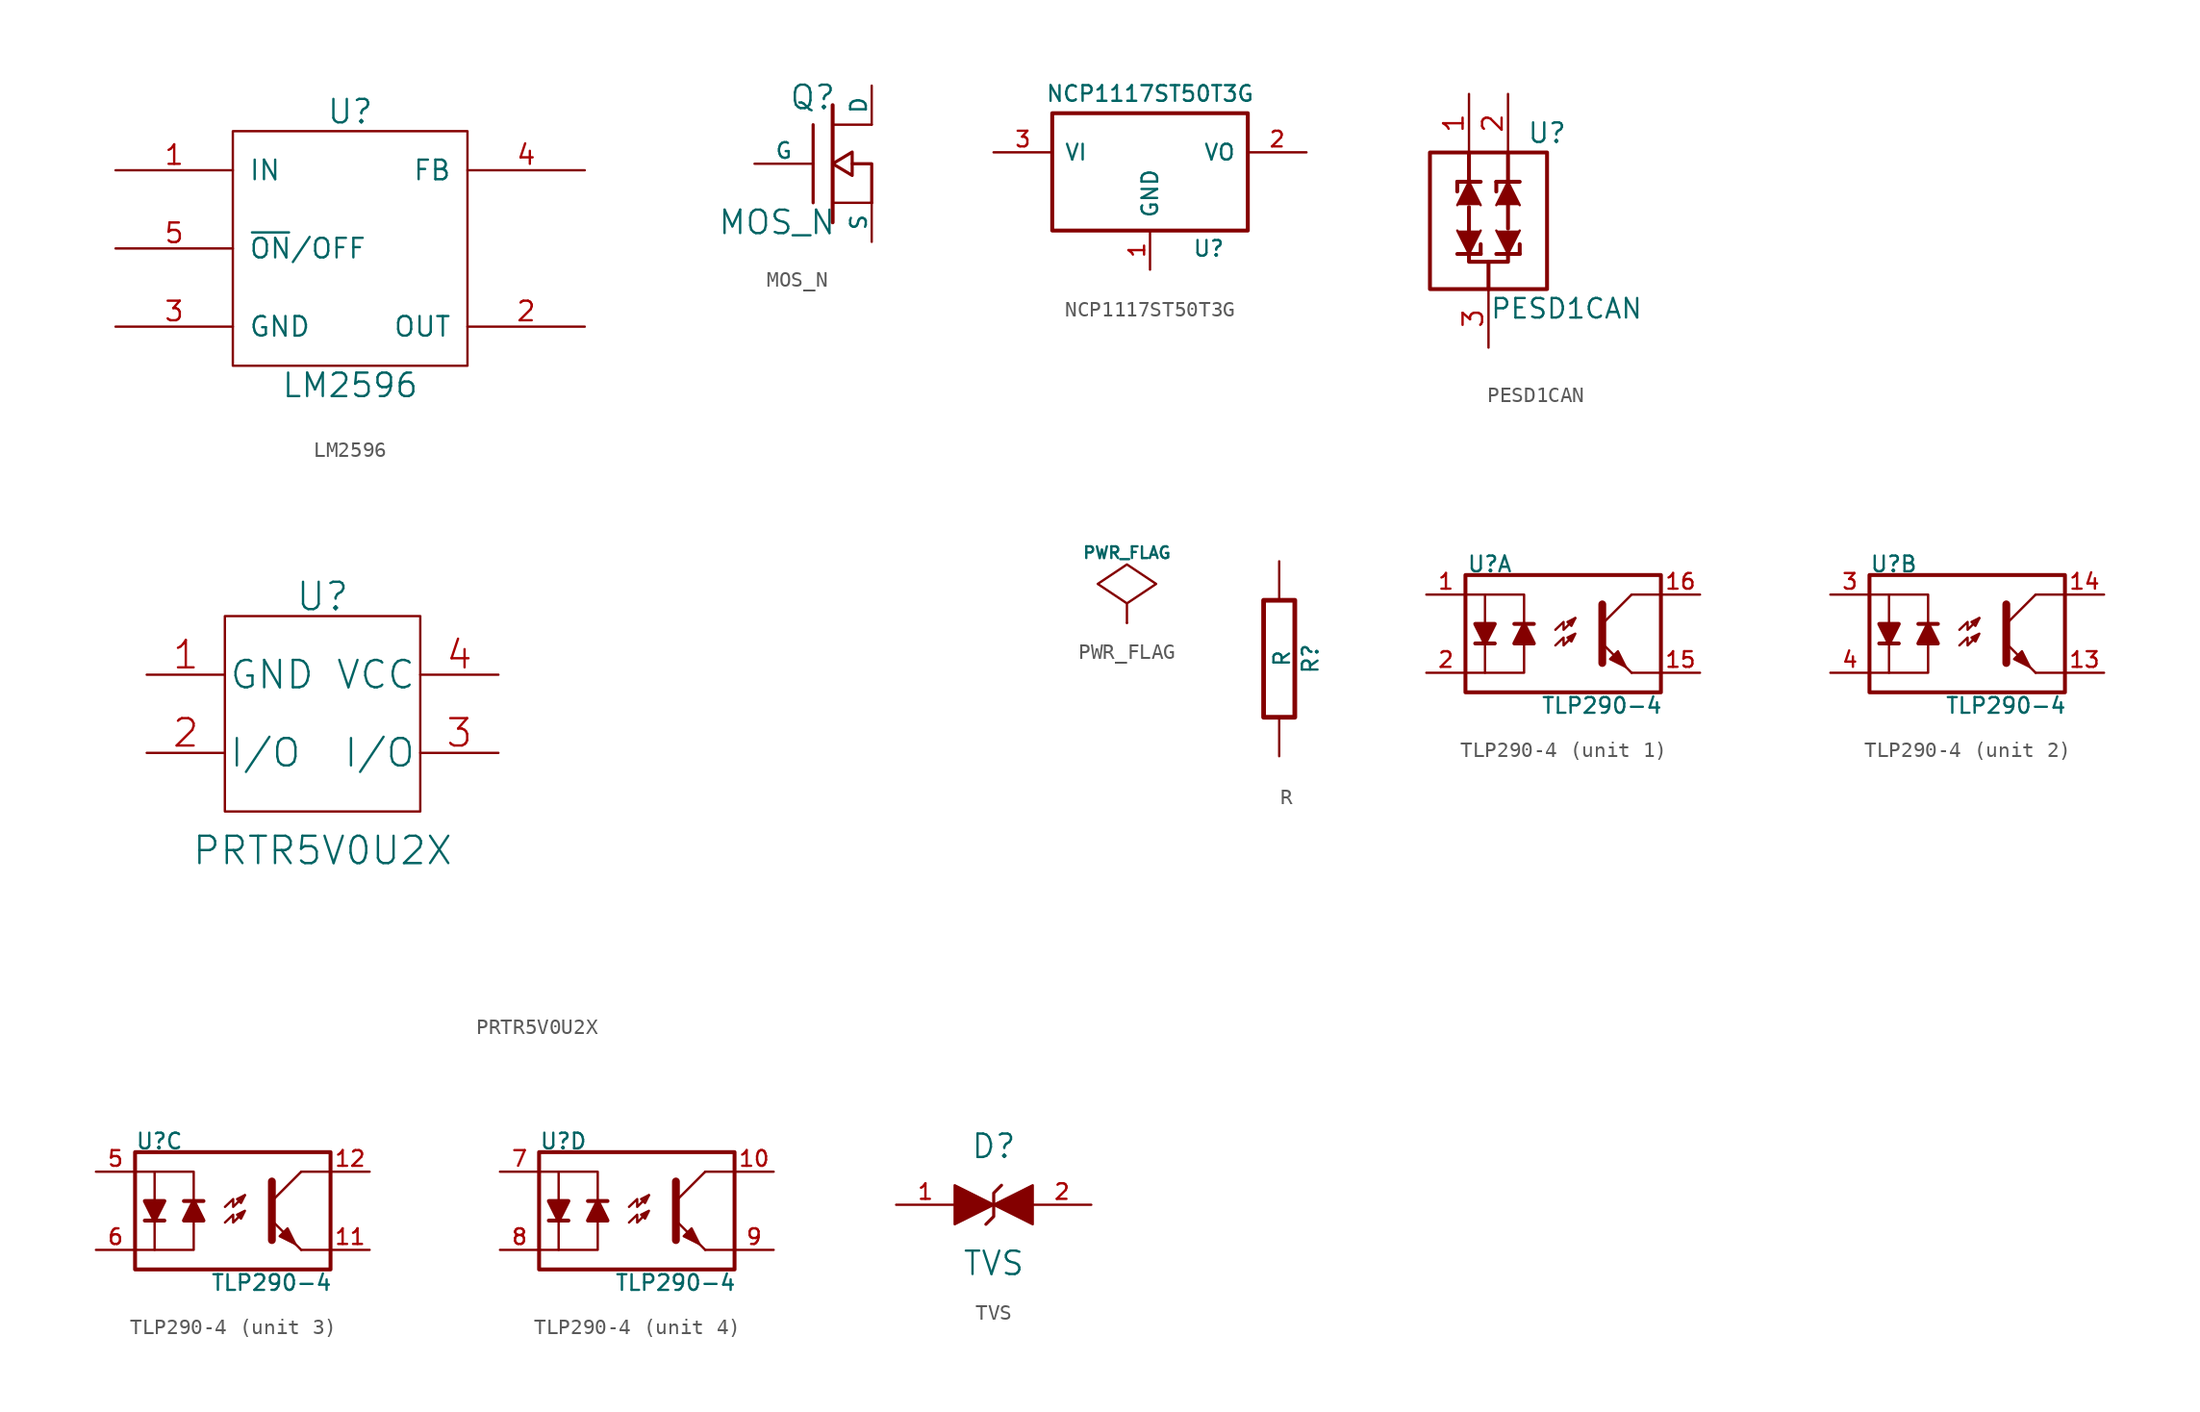
<source format=kicad_sym>
(kicad_symbol_lib
  (version 20231120)
  (generator "kicad_symbol_editor")
  (generator_version "8.0")
  (symbol "LM2596"
    (pin_names
      (offset 1.016))
    (property "Reference" "U"
      (at 0 8.89 0)
      (effects (font (size 1.524 1.524))))
    (property "Value" "LM2596"
      (at 0 -8.89 0)
      (effects (font (size 1.524 1.524))))
    (property "Footprint" ""
      (at 0 0 0)
      (effects (font (size 1.524 1.524))))
    (property "Datasheet" ""
      (at 0 0 0)
      (effects (font (size 1.524 1.524))))
    (symbol "LM2596_0_1"
      (rectangle (start -7.62 -7.62) (end 7.62 7.62) (stroke (width 0) (type solid)) (fill (type none))))
    (symbol "LM2596_1_1"
      (pin input line (at -15.24 5.08 0) (length 7.62) (name "IN" (effects (font (size 1.27 1.27)))) (number "1" (effects (font (size 1.27 1.27)))))
      (pin output line (at 15.24 -5.08 180) (length 7.62) (name "OUT" (effects (font (size 1.27 1.27)))) (number "2" (effects (font (size 1.27 1.27)))))
      (pin input line (at -15.24 -5.08 0) (length 7.62) (name "GND" (effects (font (size 1.27 1.27)))) (number "3" (effects (font (size 1.27 1.27)))))
      (pin input line (at 15.24 5.08 180) (length 7.62) (name "FB" (effects (font (size 1.27 1.27)))) (number "4" (effects (font (size 1.27 1.27)))))
      (pin input line (at -15.24 0 0) (length 7.62) (name "~{ON}/OFF" (effects (font (size 1.27 1.27)))) (number "5" (effects (font (size 1.27 1.27)))))))
  (symbol "MOS_N"
    (pin_numbers hide)
    (pin_names
      (offset 0))
    (property "Reference" "Q"
      (at 0.254 4.318 0)
      (effects (font (size 1.524 1.524)) (justify right)))
    (property "Value" "MOS_N"
      (at 0.254 -3.81 0)
      (effects (font (size 1.524 1.524)) (justify right)))
    (property "Footprint" ""
      (at 0 0 0)
      (effects (font (size 1.524 1.524))))
    (property "Datasheet" ""
      (at 0 0 0)
      (effects (font (size 1.524 1.524))))
    (symbol "MOS_N_0_1"
      (polyline (pts (xy -1.27 -2.54) (xy -1.27 2.54)) (stroke (width 0.203) (type solid)) (fill (type none)))
      (polyline (pts (xy 0 -3.81) (xy 0 3.81)) (stroke (width 0.254) (type solid)) (fill (type none)))
      (polyline (pts (xy 2.54 -2.54) (xy 0 -2.54)) (stroke (width 0) (type solid)) (fill (type none)))
      (polyline (pts (xy 2.54 2.54) (xy 0 2.54)) (stroke (width 0) (type solid)) (fill (type none)))
      (polyline (pts (xy 2.54 -2.54) (xy 2.54 0) (xy 1.27 0)) (stroke (width 0.203) (type solid)) (fill (type none)))
      (polyline (pts (xy 1.27 0.762) (xy 1.27 -0.762) (xy 0 0) (xy 1.27 0.762) (xy 1.27 0.762)) (stroke (width 0.203) (type solid)) (fill (type none))))
    (symbol "MOS_N_1_1"
      (pin passive line (at -5.08 0 0) (length 3.81) (name "G" (effects (font (size 1.016 1.016)))) (number "1" (effects (font (size 1.016 1.016)))))
      (pin passive line (at 2.54 -5.08 90) (length 2.54) (name "S" (effects (font (size 1.016 1.016)))) (number "2" (effects (font (size 1.016 1.016)))))
      (pin passive line (at 2.54 5.08 270) (length 2.54) (name "D" (effects (font (size 1.016 1.016)))) (number "3" (effects (font (size 1.016 1.016)))))))
  (symbol "NCP1117ST50T3G"
    (pin_names
      (offset 0.762))
    (property "Reference" "U"
      (at 3.81 -4.978 0)
      (effects (font (size 1.016 1.016))))
    (property "Value" "NCP1117ST50T3G"
      (at 0 5.08 0)
      (effects (font (size 1.016 1.016))))
    (property "Footprint" ""
      (at 0 0 0)
      (effects (font (size 1.524 1.524))))
    (property "Datasheet" ""
      (at 0 0 0)
      (effects (font (size 1.524 1.524))))
    (symbol "NCP1117ST50T3G_0_1"
      (rectangle (start -6.35 -3.81) (end 6.35 3.81) (stroke (width 0.254) (type solid)) (fill (type none))))
    (symbol "NCP1117ST50T3G_1_1"
      (pin power_in line (at 0 -6.35 90) (length 2.54) (name "GND" (effects (font (size 1.016 1.016)))) (number "1" (effects (font (size 1.016 1.016)))))
      (pin power_out line (at 10.16 1.27 180) (length 3.81) (name "VO" (effects (font (size 1.016 1.016)))) (number "2" (effects (font (size 1.016 1.016)))))
      (pin power_in line (at -10.16 1.27 0) (length 3.81) (name "VI" (effects (font (size 1.016 1.016)))) (number "3" (effects (font (size 1.016 1.016)))))))
  (symbol "PESD1CAN"
    (pin_names
      (offset 1.016))
    (property "Reference" "U"
      (at 3.81 5.08 0)
      (effects (font (size 1.27 1.27))))
    (property "Value" "PESD1CAN"
      (at 5.08 -6.35 0)
      (effects (font (size 1.27 1.27))))
    (property "Footprint" ""
      (at 0 0 0)
      (effects (font (size 1.524 1.524))))
    (property "Datasheet" ""
      (at 0 0 0)
      (effects (font (size 1.524 1.524))))
    (symbol "PESD1CAN_0_1"
      (rectangle (start -3.81 3.81) (end 3.81 -5.08) (stroke (width 0.254) (type solid)) (fill (type none)))
      (polyline (pts (xy -2.032 1.27) (xy -2.032 1.905)) (stroke (width 0.254) (type solid)) (fill (type none)))
      (polyline (pts (xy -2.032 1.905) (xy -0.508 1.905)) (stroke (width 0.254) (type solid)) (fill (type none)))
      (polyline (pts (xy -1.27 0.254) (xy -1.27 -1.27)) (stroke (width 0.254) (type solid)) (fill (type none)))
      (polyline (pts (xy -1.27 1.905) (xy -1.27 3.81)) (stroke (width 0.254) (type solid)) (fill (type none)))
      (polyline (pts (xy -0.508 -2.794) (xy -2.032 -2.794)) (stroke (width 0.254) (type solid)) (fill (type none)))
      (polyline (pts (xy -0.508 -2.159) (xy -0.508 -2.794)) (stroke (width 0.254) (type solid)) (fill (type none)))
      (polyline (pts (xy 0 -3.302) (xy 0 -5.08)) (stroke (width 0.254) (type solid)) (fill (type none)))
      (polyline (pts (xy 0.508 1.27) (xy 0.508 1.905)) (stroke (width 0.254) (type solid)) (fill (type none)))
      (polyline (pts (xy 0.508 1.905) (xy 2.032 1.905)) (stroke (width 0.254) (type solid)) (fill (type none)))
      (polyline (pts (xy 1.27 -1.143) (xy 1.27 0.381)) (stroke (width 0.254) (type solid)) (fill (type none)))
      (polyline (pts (xy 1.27 1.905) (xy 1.27 3.81)) (stroke (width 0.254) (type solid)) (fill (type none)))
      (polyline (pts (xy 2.032 -2.794) (xy 0.508 -2.794)) (stroke (width 0.254) (type solid)) (fill (type none)))
      (polyline (pts (xy 2.032 -2.159) (xy 2.032 -2.794)) (stroke (width 0.254) (type solid)) (fill (type none)))
      (polyline (pts (xy -2.032 0.381) (xy -1.27 1.905) (xy -0.508 0.381)) (stroke (width 0) (type solid)) (fill (type outline)))
      (polyline (pts (xy -0.508 -1.27) (xy -1.27 -2.794) (xy -2.032 -1.27)) (stroke (width 0) (type solid)) (fill (type outline)))
      (polyline (pts (xy 0.508 0.381) (xy 1.27 1.905) (xy 2.032 0.381)) (stroke (width 0) (type solid)) (fill (type outline)))
      (polyline (pts (xy 2.032 -1.27) (xy 1.27 -2.794) (xy 0.508 -1.27)) (stroke (width 0) (type solid)) (fill (type outline)))
      (polyline (pts (xy -1.27 -2.794) (xy -1.27 -3.302) (xy 1.27 -3.302) (xy 1.27 -2.921) (xy 1.27 -2.794)) (stroke (width 0.254) (type solid)) (fill (type none))))
    (symbol "PESD1CAN_1_1"
      (pin input line (at -1.27 7.62 270) (length 3.81) (name "~" (effects (font (size 1.27 1.27)))) (number "1" (effects (font (size 1.27 1.27)))))
      (pin input line (at 1.27 7.62 270) (length 3.81) (name "~" (effects (font (size 1.27 1.27)))) (number "2" (effects (font (size 1.27 1.27)))))
      (pin input line (at 0 -8.89 90) (length 3.81) (name "~" (effects (font (size 1.27 1.27)))) (number "3" (effects (font (size 1.27 1.27)))))))
  (symbol "PRTR5V0U2X"
    (pin_names
      (offset 0.254))
    (property "Reference" "U"
      (at 0 7.62 0)
      (effects (font (size 1.778 1.778))))
    (property "Value" "PRTR5V0U2X"
      (at 0 -8.89 0)
      (effects (font (size 1.778 1.778))))
    (property "Footprint" ""
      (at 39.37 -16.51 0)
      (effects (font (size 1.524 1.524))))
    (property "Datasheet" ""
      (at 39.37 -16.51 0)
      (effects (font (size 1.524 1.524))))
    (symbol "PRTR5V0U2X_0_1"
      (rectangle (start -6.35 6.35) (end 6.35 -6.35) (stroke (width 0) (type solid)) (fill (type none))))
    (symbol "PRTR5V0U2X_1_1"
      (pin power_in line (at -11.43 2.54 0) (length 5.08) (name "GND" (effects (font (size 1.778 1.778)))) (number "1" (effects (font (size 1.778 1.778)))))
      (pin passive line (at -11.43 -2.54 0) (length 5.08) (name "I/O" (effects (font (size 1.778 1.778)))) (number "2" (effects (font (size 1.778 1.778)))))
      (pin passive line (at 11.43 -2.54 180) (length 5.08) (name "I/O" (effects (font (size 1.778 1.778)))) (number "3" (effects (font (size 1.778 1.778)))))
      (pin passive line (at 11.43 2.54 180) (length 5.08) (name "VCC" (effects (font (size 1.778 1.778)))) (number "4" (effects (font (size 1.778 1.778)))))))
  (symbol "PWR_FLAG"
    (power)
    (pin_numbers hide)
    (pin_names
      (offset 0) hide)
    (property "Reference" "#FLG"
      (at 0 2.413 0)
      (effects (font (size 0.762 0.762)) (hide yes)))
    (property "Value" "PWR_FLAG"
      (at 0 4.572 0)
      (effects (font (size 0.762 0.762))))
    (property "Footprint" ""
      (at 0 0 0)
      (effects (font (size 1.524 1.524))))
    (property "Datasheet" ""
      (at 0 0 0)
      (effects (font (size 1.524 1.524))))
    (symbol "PWR_FLAG_0_0"
      (pin power_out line (at 0 0 90) (length 0) (name "pwr" (effects (font (size 0.508 0.508)))) (number "1" (effects (font (size 0.508 0.508))))))
    (symbol "PWR_FLAG_0_1"
      (polyline (pts (xy 0 0) (xy 0 1.27) (xy -1.905 2.54) (xy 0 3.81) (xy 1.905 2.54) (xy 0 1.27)) (stroke (width 0) (type solid)) (fill (type none)))))
  (symbol "R"
    (pin_numbers hide)
    (pin_names
      (offset 0))
    (property "Reference" "R"
      (at 2.032 0 90)
      (effects (font (size 1.016 1.016))))
    (property "Value" "R"
      (at 0.178 0.025 90)
      (effects (font (size 1.016 1.016))))
    (property "Footprint" ""
      (at -1.778 0 90)
      (effects (font (size 0.762 0.762))))
    (property "Datasheet" ""
      (at 0 0 0)
      (effects (font (size 0.762 0.762))))
    (symbol "R_0_1"
      (rectangle (start -1.016 3.81) (end 1.016 -3.81) (stroke (width 0.305) (type solid)) (fill (type none))))
    (symbol "R_1_1"
      (pin passive line (at 0 6.35 270) (length 2.54) (name "~" (effects (font (size 1.524 1.524)))) (number "1" (effects (font (size 1.524 1.524)))))
      (pin passive line (at 0 -6.35 90) (length 2.54) (name "~" (effects (font (size 1.524 1.524)))) (number "2" (effects (font (size 1.524 1.524)))))))
  (symbol "TLP290-4"
    (pin_names
      (offset 1.016))
    (property "Reference" "U"
      (at -4.775 4.521 0)
      (effects (font (size 1.016 1.016))))
    (property "Value" "TLP290-4"
      (at 2.515 -4.674 0)
      (effects (font (size 1.016 1.016))))
    (property "Datasheet" ""
      (at 0 0 0)
      (effects (font (size 1.524 1.524))))
    (symbol "TLP290-4_0_1"
      (rectangle (start -6.35 3.81) (end 6.35 -3.81) (stroke (width 0.254) (type solid)) (fill (type none)))
      (polyline (pts (xy -5.715 -0.635) (xy -4.445 -0.635)) (stroke (width 0.254) (type solid)) (fill (type none)))
      (polyline (pts (xy -5.08 -2.54) (xy -5.08 2.54)) (stroke (width 0) (type solid)) (fill (type none)))
      (polyline (pts (xy -1.905 0.635) (xy -3.175 0.635)) (stroke (width 0.254) (type solid)) (fill (type none)))
      (polyline (pts (xy 2.54 0.635) (xy 4.445 2.54)) (stroke (width 0) (type solid)) (fill (type none)))
      (polyline (pts (xy 4.445 -2.54) (xy 2.54 -0.635)) (stroke (width 0) (type solid)) (fill (type outline)))
      (polyline (pts (xy 4.445 -2.54) (xy 6.35 -2.54)) (stroke (width 0) (type solid)) (fill (type none)))
      (polyline (pts (xy 4.445 2.54) (xy 6.35 2.54)) (stroke (width 0) (type solid)) (fill (type none)))
      (polyline (pts (xy 2.54 1.905) (xy 2.54 -1.905) (xy 2.54 -1.905)) (stroke (width 0.508) (type solid)) (fill (type none)))
      (polyline (pts (xy -6.35 2.54) (xy -2.54 2.54) (xy -2.54 -2.54) (xy -6.35 -2.54)) (stroke (width 0) (type solid)) (fill (type none)))
      (polyline (pts (xy -5.08 -0.635) (xy -5.715 0.635) (xy -4.445 0.635) (xy -5.08 -0.635)) (stroke (width 0.254) (type solid)) (fill (type outline)))
      (polyline (pts (xy -2.54 0.635) (xy -1.905 -0.635) (xy -3.175 -0.635) (xy -2.54 0.635)) (stroke (width 0.254) (type solid)) (fill (type outline)))
      (polyline (pts (xy -0.508 0.254) (xy 0.025 0.762) (xy 0.025 0.254) (xy 0.787 1.016)) (stroke (width 0) (type solid)) (fill (type none)))
      (polyline (pts (xy 0.787 1.016) (xy 0.279 0.762) (xy 0.533 0.508) (xy 0.787 1.016)) (stroke (width 0) (type solid)) (fill (type none)))
      (polyline (pts (xy 3.048 -1.651) (xy 3.556 -1.143) (xy 4.064 -2.159) (xy 3.048 -1.651) (xy 3.048 -1.651)) (stroke (width 0) (type solid)) (fill (type outline)))
      (polyline (pts (xy -0.508 -0.762) (xy 0.025 -0.254) (xy 0.025 -0.762) (xy 0.787 0) (xy 0.279 -0.254) (xy 0.533 -0.508) (xy 0.787 0)) (stroke (width 0) (type solid)) (fill (type none))))
    (symbol "TLP290-4_1_1"
      (pin passive line (at -8.89 2.54 0) (length 2.54) (name "~" (effects (font (size 1.016 1.016)))) (number "1" (effects (font (size 1.016 1.016)))))
      (pin passive line (at 8.89 -2.54 180) (length 2.54) (name "~" (effects (font (size 1.016 1.016)))) (number "15" (effects (font (size 1.016 1.016)))))
      (pin passive line (at 8.89 2.54 180) (length 2.54) (name "~" (effects (font (size 1.016 1.016)))) (number "16" (effects (font (size 1.016 1.016)))))
      (pin passive line (at -8.89 -2.54 0) (length 2.54) (name "~" (effects (font (size 1.016 1.016)))) (number "2" (effects (font (size 1.016 1.016))))))
    (symbol "TLP290-4_2_1"
      (pin passive line (at 8.89 -2.54 180) (length 2.54) (name "~" (effects (font (size 1.016 1.016)))) (number "13" (effects (font (size 1.016 1.016)))))
      (pin passive line (at 8.89 2.54 180) (length 2.54) (name "~" (effects (font (size 1.016 1.016)))) (number "14" (effects (font (size 1.016 1.016)))))
      (pin passive line (at -8.89 2.54 0) (length 2.54) (name "~" (effects (font (size 1.016 1.016)))) (number "3" (effects (font (size 1.016 1.016)))))
      (pin passive line (at -8.89 -2.54 0) (length 2.54) (name "~" (effects (font (size 1.016 1.016)))) (number "4" (effects (font (size 1.016 1.016))))))
    (symbol "TLP290-4_3_1"
      (pin passive line (at 8.89 -2.54 180) (length 2.54) (name "~" (effects (font (size 1.016 1.016)))) (number "11" (effects (font (size 1.016 1.016)))))
      (pin passive line (at 8.89 2.54 180) (length 2.54) (name "~" (effects (font (size 1.016 1.016)))) (number "12" (effects (font (size 1.016 1.016)))))
      (pin passive line (at -8.89 2.54 0) (length 2.54) (name "~" (effects (font (size 1.016 1.016)))) (number "5" (effects (font (size 1.016 1.016)))))
      (pin passive line (at -8.89 -2.54 0) (length 2.54) (name "~" (effects (font (size 1.016 1.016)))) (number "6" (effects (font (size 1.016 1.016))))))
    (symbol "TLP290-4_4_1"
      (pin passive line (at 8.89 2.54 180) (length 2.54) (name "~" (effects (font (size 1.016 1.016)))) (number "10" (effects (font (size 1.016 1.016)))))
      (pin passive line (at -8.89 2.54 0) (length 2.54) (name "~" (effects (font (size 1.016 1.016)))) (number "7" (effects (font (size 1.016 1.016)))))
      (pin passive line (at -8.89 -2.54 0) (length 2.54) (name "~" (effects (font (size 1.016 1.016)))) (number "8" (effects (font (size 1.016 1.016)))))
      (pin passive line (at 8.89 -2.54 180) (length 2.54) (name "~" (effects (font (size 1.016 1.016)))) (number "9" (effects (font (size 1.016 1.016)))))))
  (symbol "TVS"
    (pin_names
      (offset 1.016) hide)
    (property "Reference" "D"
      (at 0 3.81 0)
      (effects (font (size 1.524 1.524))))
    (property "Value" "TVS"
      (at 0 -3.81 0)
      (effects (font (size 1.524 1.524))))
    (property "Footprint" ""
      (at 0 0 0)
      (effects (font (size 1.524 1.524))))
    (property "Datasheet" ""
      (at 0 0 0)
      (effects (font (size 1.524 1.524))))
    (symbol "TVS_0_1"
      (polyline (pts (xy 0 0) (xy -2.54 1.27) (xy -2.54 -1.27) (xy 0 0) (xy 0 0)) (stroke (width 0) (type solid)) (fill (type outline)))
      (polyline (pts (xy 0.508 1.27) (xy 0 0.762) (xy 0 -0.762) (xy -0.508 -1.27) (xy -0.508 -1.27)) (stroke (width 0.203) (type solid)) (fill (type none))))
    (symbol "TVS_1_1"
      (polyline (pts (xy 0 0) (xy 2.54 -1.27) (xy 2.54 1.27) (xy 0 0) (xy 0 0)) (stroke (width 0) (type solid)) (fill (type outline)))
      (pin passive line (at -6.35 0 0) (length 3.81) (name "A" (effects (font (size 1.016 1.016)))) (number "1" (effects (font (size 1.016 1.016)))))
      (pin passive line (at 6.35 0 180) (length 3.81) (name "A" (effects (font (size 1.016 1.016)))) (number "2" (effects (font (size 1.016 1.016))))))))
</source>
